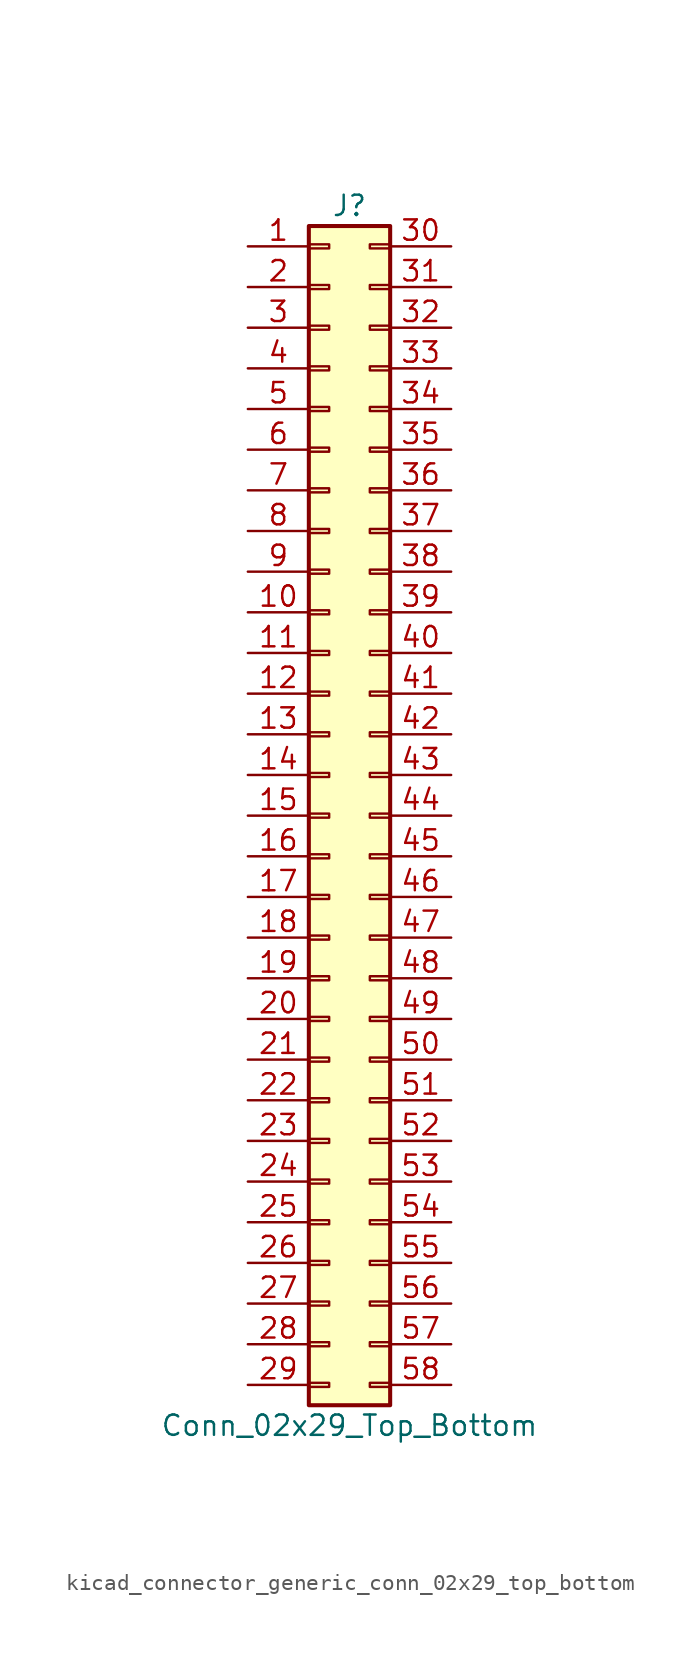
<source format=kicad_sym>
(kicad_symbol_lib
  (version 20220914)
  (generator kicad_symbol_editor)
  (symbol "kicad_connector_generic_conn_02x29_top_bottom"
    (pin_names
      (offset 1.016) hide)
    (property "Reference" "J"
      (at 1.27 38.1 0)
      (effects (font (size 1.27 1.27))))
    (property "Value" "Conn_02x29_Top_Bottom"
      (at 1.27 -38.1 0)
      (effects (font (size 1.27 1.27))))
    (symbol "kicad_connector_generic_conn_02x29_top_bottom_1_1"
      (rectangle (start -1.27 -35.433) (end 0 -35.687) (stroke (width 0.152) (type default)) (fill (type none)))
      (rectangle (start -1.27 -32.893) (end 0 -33.147) (stroke (width 0.152) (type default)) (fill (type none)))
      (rectangle (start -1.27 -30.353) (end 0 -30.607) (stroke (width 0.152) (type default)) (fill (type none)))
      (rectangle (start -1.27 -27.813) (end 0 -28.067) (stroke (width 0.152) (type default)) (fill (type none)))
      (rectangle (start -1.27 -25.273) (end 0 -25.527) (stroke (width 0.152) (type default)) (fill (type none)))
      (rectangle (start -1.27 -22.733) (end 0 -22.987) (stroke (width 0.152) (type default)) (fill (type none)))
      (rectangle (start -1.27 -20.193) (end 0 -20.447) (stroke (width 0.152) (type default)) (fill (type none)))
      (rectangle (start -1.27 -17.653) (end 0 -17.907) (stroke (width 0.152) (type default)) (fill (type none)))
      (rectangle (start -1.27 -15.113) (end 0 -15.367) (stroke (width 0.152) (type default)) (fill (type none)))
      (rectangle (start -1.27 -12.573) (end 0 -12.827) (stroke (width 0.152) (type default)) (fill (type none)))
      (rectangle (start -1.27 -10.033) (end 0 -10.287) (stroke (width 0.152) (type default)) (fill (type none)))
      (rectangle (start -1.27 -7.493) (end 0 -7.747) (stroke (width 0.152) (type default)) (fill (type none)))
      (rectangle (start -1.27 -4.953) (end 0 -5.207) (stroke (width 0.152) (type default)) (fill (type none)))
      (rectangle (start -1.27 -2.413) (end 0 -2.667) (stroke (width 0.152) (type default)) (fill (type none)))
      (rectangle (start -1.27 0.127) (end 0 -0.127) (stroke (width 0.152) (type default)) (fill (type none)))
      (rectangle (start -1.27 2.667) (end 0 2.413) (stroke (width 0.152) (type default)) (fill (type none)))
      (rectangle (start -1.27 5.207) (end 0 4.953) (stroke (width 0.152) (type default)) (fill (type none)))
      (rectangle (start -1.27 7.747) (end 0 7.493) (stroke (width 0.152) (type default)) (fill (type none)))
      (rectangle (start -1.27 10.287) (end 0 10.033) (stroke (width 0.152) (type default)) (fill (type none)))
      (rectangle (start -1.27 12.827) (end 0 12.573) (stroke (width 0.152) (type default)) (fill (type none)))
      (rectangle (start -1.27 15.367) (end 0 15.113) (stroke (width 0.152) (type default)) (fill (type none)))
      (rectangle (start -1.27 17.907) (end 0 17.653) (stroke (width 0.152) (type default)) (fill (type none)))
      (rectangle (start -1.27 20.447) (end 0 20.193) (stroke (width 0.152) (type default)) (fill (type none)))
      (rectangle (start -1.27 22.987) (end 0 22.733) (stroke (width 0.152) (type default)) (fill (type none)))
      (rectangle (start -1.27 25.527) (end 0 25.273) (stroke (width 0.152) (type default)) (fill (type none)))
      (rectangle (start -1.27 28.067) (end 0 27.813) (stroke (width 0.152) (type default)) (fill (type none)))
      (rectangle (start -1.27 30.607) (end 0 30.353) (stroke (width 0.152) (type default)) (fill (type none)))
      (rectangle (start -1.27 33.147) (end 0 32.893) (stroke (width 0.152) (type default)) (fill (type none)))
      (rectangle (start -1.27 35.687) (end 0 35.433) (stroke (width 0.152) (type default)) (fill (type none)))
      (rectangle (start -1.27 36.83) (end 3.81 -36.83) (stroke (width 0.254) (type default)) (fill (type background)))
      (rectangle (start 3.81 -35.433) (end 2.54 -35.687) (stroke (width 0.152) (type default)) (fill (type none)))
      (rectangle (start 3.81 -32.893) (end 2.54 -33.147) (stroke (width 0.152) (type default)) (fill (type none)))
      (rectangle (start 3.81 -30.353) (end 2.54 -30.607) (stroke (width 0.152) (type default)) (fill (type none)))
      (rectangle (start 3.81 -27.813) (end 2.54 -28.067) (stroke (width 0.152) (type default)) (fill (type none)))
      (rectangle (start 3.81 -25.273) (end 2.54 -25.527) (stroke (width 0.152) (type default)) (fill (type none)))
      (rectangle (start 3.81 -22.733) (end 2.54 -22.987) (stroke (width 0.152) (type default)) (fill (type none)))
      (rectangle (start 3.81 -20.193) (end 2.54 -20.447) (stroke (width 0.152) (type default)) (fill (type none)))
      (rectangle (start 3.81 -17.653) (end 2.54 -17.907) (stroke (width 0.152) (type default)) (fill (type none)))
      (rectangle (start 3.81 -15.113) (end 2.54 -15.367) (stroke (width 0.152) (type default)) (fill (type none)))
      (rectangle (start 3.81 -12.573) (end 2.54 -12.827) (stroke (width 0.152) (type default)) (fill (type none)))
      (rectangle (start 3.81 -10.033) (end 2.54 -10.287) (stroke (width 0.152) (type default)) (fill (type none)))
      (rectangle (start 3.81 -7.493) (end 2.54 -7.747) (stroke (width 0.152) (type default)) (fill (type none)))
      (rectangle (start 3.81 -4.953) (end 2.54 -5.207) (stroke (width 0.152) (type default)) (fill (type none)))
      (rectangle (start 3.81 -2.413) (end 2.54 -2.667) (stroke (width 0.152) (type default)) (fill (type none)))
      (rectangle (start 3.81 0.127) (end 2.54 -0.127) (stroke (width 0.152) (type default)) (fill (type none)))
      (rectangle (start 3.81 2.667) (end 2.54 2.413) (stroke (width 0.152) (type default)) (fill (type none)))
      (rectangle (start 3.81 5.207) (end 2.54 4.953) (stroke (width 0.152) (type default)) (fill (type none)))
      (rectangle (start 3.81 7.747) (end 2.54 7.493) (stroke (width 0.152) (type default)) (fill (type none)))
      (rectangle (start 3.81 10.287) (end 2.54 10.033) (stroke (width 0.152) (type default)) (fill (type none)))
      (rectangle (start 3.81 12.827) (end 2.54 12.573) (stroke (width 0.152) (type default)) (fill (type none)))
      (rectangle (start 3.81 15.367) (end 2.54 15.113) (stroke (width 0.152) (type default)) (fill (type none)))
      (rectangle (start 3.81 17.907) (end 2.54 17.653) (stroke (width 0.152) (type default)) (fill (type none)))
      (rectangle (start 3.81 20.447) (end 2.54 20.193) (stroke (width 0.152) (type default)) (fill (type none)))
      (rectangle (start 3.81 22.987) (end 2.54 22.733) (stroke (width 0.152) (type default)) (fill (type none)))
      (rectangle (start 3.81 25.527) (end 2.54 25.273) (stroke (width 0.152) (type default)) (fill (type none)))
      (rectangle (start 3.81 28.067) (end 2.54 27.813) (stroke (width 0.152) (type default)) (fill (type none)))
      (rectangle (start 3.81 30.607) (end 2.54 30.353) (stroke (width 0.152) (type default)) (fill (type none)))
      (rectangle (start 3.81 33.147) (end 2.54 32.893) (stroke (width 0.152) (type default)) (fill (type none)))
      (rectangle (start 3.81 35.687) (end 2.54 35.433) (stroke (width 0.152) (type default)) (fill (type none)))
      (pin passive line (at -5.08 35.56 0) (length 3.81) (name "Pin_1" (effects (font (size 1.27 1.27)))) (number "1" (effects (font (size 1.27 1.27)))))
      (pin passive line (at -5.08 12.7 0) (length 3.81) (name "Pin_10" (effects (font (size 1.27 1.27)))) (number "10" (effects (font (size 1.27 1.27)))))
      (pin passive line (at -5.08 10.16 0) (length 3.81) (name "Pin_11" (effects (font (size 1.27 1.27)))) (number "11" (effects (font (size 1.27 1.27)))))
      (pin passive line (at -5.08 7.62 0) (length 3.81) (name "Pin_12" (effects (font (size 1.27 1.27)))) (number "12" (effects (font (size 1.27 1.27)))))
      (pin passive line (at -5.08 5.08 0) (length 3.81) (name "Pin_13" (effects (font (size 1.27 1.27)))) (number "13" (effects (font (size 1.27 1.27)))))
      (pin passive line (at -5.08 2.54 0) (length 3.81) (name "Pin_14" (effects (font (size 1.27 1.27)))) (number "14" (effects (font (size 1.27 1.27)))))
      (pin passive line (at -5.08 0 0) (length 3.81) (name "Pin_15" (effects (font (size 1.27 1.27)))) (number "15" (effects (font (size 1.27 1.27)))))
      (pin passive line (at -5.08 -2.54 0) (length 3.81) (name "Pin_16" (effects (font (size 1.27 1.27)))) (number "16" (effects (font (size 1.27 1.27)))))
      (pin passive line (at -5.08 -5.08 0) (length 3.81) (name "Pin_17" (effects (font (size 1.27 1.27)))) (number "17" (effects (font (size 1.27 1.27)))))
      (pin passive line (at -5.08 -7.62 0) (length 3.81) (name "Pin_18" (effects (font (size 1.27 1.27)))) (number "18" (effects (font (size 1.27 1.27)))))
      (pin passive line (at -5.08 -10.16 0) (length 3.81) (name "Pin_19" (effects (font (size 1.27 1.27)))) (number "19" (effects (font (size 1.27 1.27)))))
      (pin passive line (at -5.08 33.02 0) (length 3.81) (name "Pin_2" (effects (font (size 1.27 1.27)))) (number "2" (effects (font (size 1.27 1.27)))))
      (pin passive line (at -5.08 -12.7 0) (length 3.81) (name "Pin_20" (effects (font (size 1.27 1.27)))) (number "20" (effects (font (size 1.27 1.27)))))
      (pin passive line (at -5.08 -15.24 0) (length 3.81) (name "Pin_21" (effects (font (size 1.27 1.27)))) (number "21" (effects (font (size 1.27 1.27)))))
      (pin passive line (at -5.08 -17.78 0) (length 3.81) (name "Pin_22" (effects (font (size 1.27 1.27)))) (number "22" (effects (font (size 1.27 1.27)))))
      (pin passive line (at -5.08 -20.32 0) (length 3.81) (name "Pin_23" (effects (font (size 1.27 1.27)))) (number "23" (effects (font (size 1.27 1.27)))))
      (pin passive line (at -5.08 -22.86 0) (length 3.81) (name "Pin_24" (effects (font (size 1.27 1.27)))) (number "24" (effects (font (size 1.27 1.27)))))
      (pin passive line (at -5.08 -25.4 0) (length 3.81) (name "Pin_25" (effects (font (size 1.27 1.27)))) (number "25" (effects (font (size 1.27 1.27)))))
      (pin passive line (at -5.08 -27.94 0) (length 3.81) (name "Pin_26" (effects (font (size 1.27 1.27)))) (number "26" (effects (font (size 1.27 1.27)))))
      (pin passive line (at -5.08 -30.48 0) (length 3.81) (name "Pin_27" (effects (font (size 1.27 1.27)))) (number "27" (effects (font (size 1.27 1.27)))))
      (pin passive line (at -5.08 -33.02 0) (length 3.81) (name "Pin_28" (effects (font (size 1.27 1.27)))) (number "28" (effects (font (size 1.27 1.27)))))
      (pin passive line (at -5.08 -35.56 0) (length 3.81) (name "Pin_29" (effects (font (size 1.27 1.27)))) (number "29" (effects (font (size 1.27 1.27)))))
      (pin passive line (at -5.08 30.48 0) (length 3.81) (name "Pin_3" (effects (font (size 1.27 1.27)))) (number "3" (effects (font (size 1.27 1.27)))))
      (pin passive line (at 7.62 35.56 180) (length 3.81) (name "Pin_30" (effects (font (size 1.27 1.27)))) (number "30" (effects (font (size 1.27 1.27)))))
      (pin passive line (at 7.62 33.02 180) (length 3.81) (name "Pin_31" (effects (font (size 1.27 1.27)))) (number "31" (effects (font (size 1.27 1.27)))))
      (pin passive line (at 7.62 30.48 180) (length 3.81) (name "Pin_32" (effects (font (size 1.27 1.27)))) (number "32" (effects (font (size 1.27 1.27)))))
      (pin passive line (at 7.62 27.94 180) (length 3.81) (name "Pin_33" (effects (font (size 1.27 1.27)))) (number "33" (effects (font (size 1.27 1.27)))))
      (pin passive line (at 7.62 25.4 180) (length 3.81) (name "Pin_34" (effects (font (size 1.27 1.27)))) (number "34" (effects (font (size 1.27 1.27)))))
      (pin passive line (at 7.62 22.86 180) (length 3.81) (name "Pin_35" (effects (font (size 1.27 1.27)))) (number "35" (effects (font (size 1.27 1.27)))))
      (pin passive line (at 7.62 20.32 180) (length 3.81) (name "Pin_36" (effects (font (size 1.27 1.27)))) (number "36" (effects (font (size 1.27 1.27)))))
      (pin passive line (at 7.62 17.78 180) (length 3.81) (name "Pin_37" (effects (font (size 1.27 1.27)))) (number "37" (effects (font (size 1.27 1.27)))))
      (pin passive line (at 7.62 15.24 180) (length 3.81) (name "Pin_38" (effects (font (size 1.27 1.27)))) (number "38" (effects (font (size 1.27 1.27)))))
      (pin passive line (at 7.62 12.7 180) (length 3.81) (name "Pin_39" (effects (font (size 1.27 1.27)))) (number "39" (effects (font (size 1.27 1.27)))))
      (pin passive line (at -5.08 27.94 0) (length 3.81) (name "Pin_4" (effects (font (size 1.27 1.27)))) (number "4" (effects (font (size 1.27 1.27)))))
      (pin passive line (at 7.62 10.16 180) (length 3.81) (name "Pin_40" (effects (font (size 1.27 1.27)))) (number "40" (effects (font (size 1.27 1.27)))))
      (pin passive line (at 7.62 7.62 180) (length 3.81) (name "Pin_41" (effects (font (size 1.27 1.27)))) (number "41" (effects (font (size 1.27 1.27)))))
      (pin passive line (at 7.62 5.08 180) (length 3.81) (name "Pin_42" (effects (font (size 1.27 1.27)))) (number "42" (effects (font (size 1.27 1.27)))))
      (pin passive line (at 7.62 2.54 180) (length 3.81) (name "Pin_43" (effects (font (size 1.27 1.27)))) (number "43" (effects (font (size 1.27 1.27)))))
      (pin passive line (at 7.62 0 180) (length 3.81) (name "Pin_44" (effects (font (size 1.27 1.27)))) (number "44" (effects (font (size 1.27 1.27)))))
      (pin passive line (at 7.62 -2.54 180) (length 3.81) (name "Pin_45" (effects (font (size 1.27 1.27)))) (number "45" (effects (font (size 1.27 1.27)))))
      (pin passive line (at 7.62 -5.08 180) (length 3.81) (name "Pin_46" (effects (font (size 1.27 1.27)))) (number "46" (effects (font (size 1.27 1.27)))))
      (pin passive line (at 7.62 -7.62 180) (length 3.81) (name "Pin_47" (effects (font (size 1.27 1.27)))) (number "47" (effects (font (size 1.27 1.27)))))
      (pin passive line (at 7.62 -10.16 180) (length 3.81) (name "Pin_48" (effects (font (size 1.27 1.27)))) (number "48" (effects (font (size 1.27 1.27)))))
      (pin passive line (at 7.62 -12.7 180) (length 3.81) (name "Pin_49" (effects (font (size 1.27 1.27)))) (number "49" (effects (font (size 1.27 1.27)))))
      (pin passive line (at -5.08 25.4 0) (length 3.81) (name "Pin_5" (effects (font (size 1.27 1.27)))) (number "5" (effects (font (size 1.27 1.27)))))
      (pin passive line (at 7.62 -15.24 180) (length 3.81) (name "Pin_50" (effects (font (size 1.27 1.27)))) (number "50" (effects (font (size 1.27 1.27)))))
      (pin passive line (at 7.62 -17.78 180) (length 3.81) (name "Pin_51" (effects (font (size 1.27 1.27)))) (number "51" (effects (font (size 1.27 1.27)))))
      (pin passive line (at 7.62 -20.32 180) (length 3.81) (name "Pin_52" (effects (font (size 1.27 1.27)))) (number "52" (effects (font (size 1.27 1.27)))))
      (pin passive line (at 7.62 -22.86 180) (length 3.81) (name "Pin_53" (effects (font (size 1.27 1.27)))) (number "53" (effects (font (size 1.27 1.27)))))
      (pin passive line (at 7.62 -25.4 180) (length 3.81) (name "Pin_54" (effects (font (size 1.27 1.27)))) (number "54" (effects (font (size 1.27 1.27)))))
      (pin passive line (at 7.62 -27.94 180) (length 3.81) (name "Pin_55" (effects (font (size 1.27 1.27)))) (number "55" (effects (font (size 1.27 1.27)))))
      (pin passive line (at 7.62 -30.48 180) (length 3.81) (name "Pin_56" (effects (font (size 1.27 1.27)))) (number "56" (effects (font (size 1.27 1.27)))))
      (pin passive line (at 7.62 -33.02 180) (length 3.81) (name "Pin_57" (effects (font (size 1.27 1.27)))) (number "57" (effects (font (size 1.27 1.27)))))
      (pin passive line (at 7.62 -35.56 180) (length 3.81) (name "Pin_58" (effects (font (size 1.27 1.27)))) (number "58" (effects (font (size 1.27 1.27)))))
      (pin passive line (at -5.08 22.86 0) (length 3.81) (name "Pin_6" (effects (font (size 1.27 1.27)))) (number "6" (effects (font (size 1.27 1.27)))))
      (pin passive line (at -5.08 20.32 0) (length 3.81) (name "Pin_7" (effects (font (size 1.27 1.27)))) (number "7" (effects (font (size 1.27 1.27)))))
      (pin passive line (at -5.08 17.78 0) (length 3.81) (name "Pin_8" (effects (font (size 1.27 1.27)))) (number "8" (effects (font (size 1.27 1.27)))))
      (pin passive line (at -5.08 15.24 0) (length 3.81) (name "Pin_9" (effects (font (size 1.27 1.27)))) (number "9" (effects (font (size 1.27 1.27))))))))
</source>
